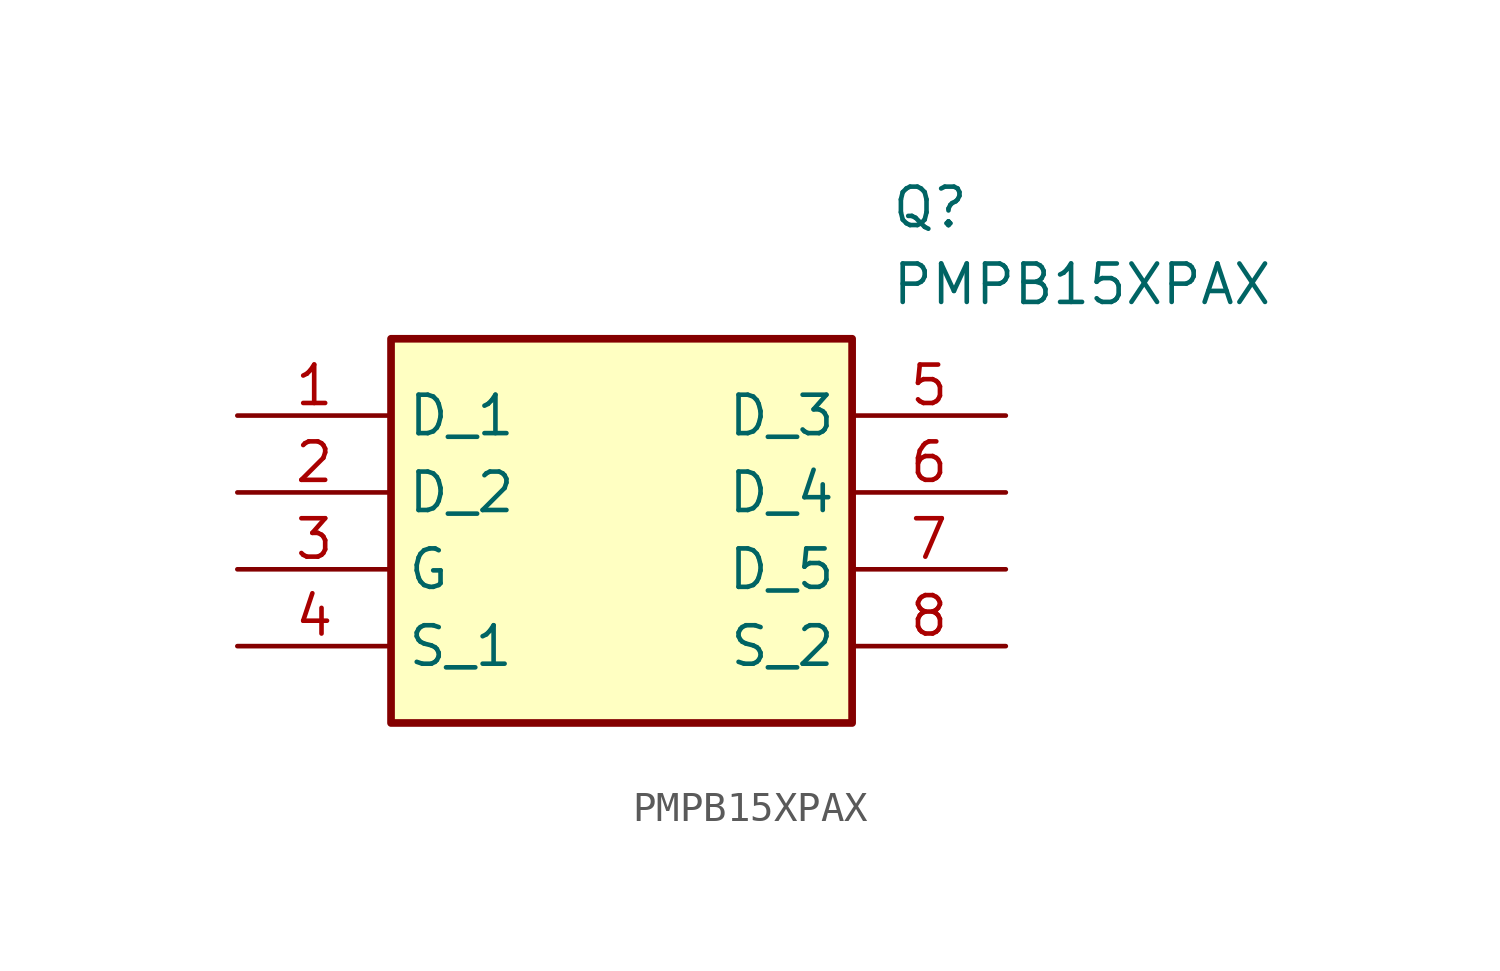
<source format=kicad_sym>
(kicad_symbol_lib
  (version 20211014)
  (generator SamacSys_ECAD_Model)
  (symbol "PMPB15XPAX"
    (property "Reference" "Q"
      (at 21.59 7.62 0)
      (effects (font (size 1.27 1.27)) (justify left top)))
    (property "Value" "PMPB15XPAX"
      (at 21.59 5.08 0)
      (effects (font (size 1.27 1.27)) (justify left top)))
    (rectangle
      (start 5.08 2.54)
      (end 20.32 -10.16)
      (stroke (width 0.254) (type default))
      (fill (type background)))
    (pin passive line
      (at 0 0 0)
      (length 5.08)
      (name "D_1" (effects (font (size 1.27 1.27))))
      (number "1" (effects (font (size 1.27 1.27)))))
    (pin passive line
      (at 0 -2.54 0)
      (length 5.08)
      (name "D_2" (effects (font (size 1.27 1.27))))
      (number "2" (effects (font (size 1.27 1.27)))))
    (pin passive line
      (at 0 -5.08 0)
      (length 5.08)
      (name "G" (effects (font (size 1.27 1.27))))
      (number "3" (effects (font (size 1.27 1.27)))))
    (pin passive line
      (at 0 -7.62 0)
      (length 5.08)
      (name "S_1" (effects (font (size 1.27 1.27))))
      (number "4" (effects (font (size 1.27 1.27)))))
    (pin passive line
      (at 25.4 0 180)
      (length 5.08)
      (name "D_3" (effects (font (size 1.27 1.27))))
      (number "5" (effects (font (size 1.27 1.27)))))
    (pin passive line
      (at 25.4 -2.54 180)
      (length 5.08)
      (name "D_4" (effects (font (size 1.27 1.27))))
      (number "6" (effects (font (size 1.27 1.27)))))
    (pin passive line
      (at 25.4 -5.08 180)
      (length 5.08)
      (name "D_5" (effects (font (size 1.27 1.27))))
      (number "7" (effects (font (size 1.27 1.27)))))
    (pin passive line
      (at 25.4 -7.62 180)
      (length 5.08)
      (name "S_2" (effects (font (size 1.27 1.27))))
      (number "8" (effects (font (size 1.27 1.27)))))))
</source>
